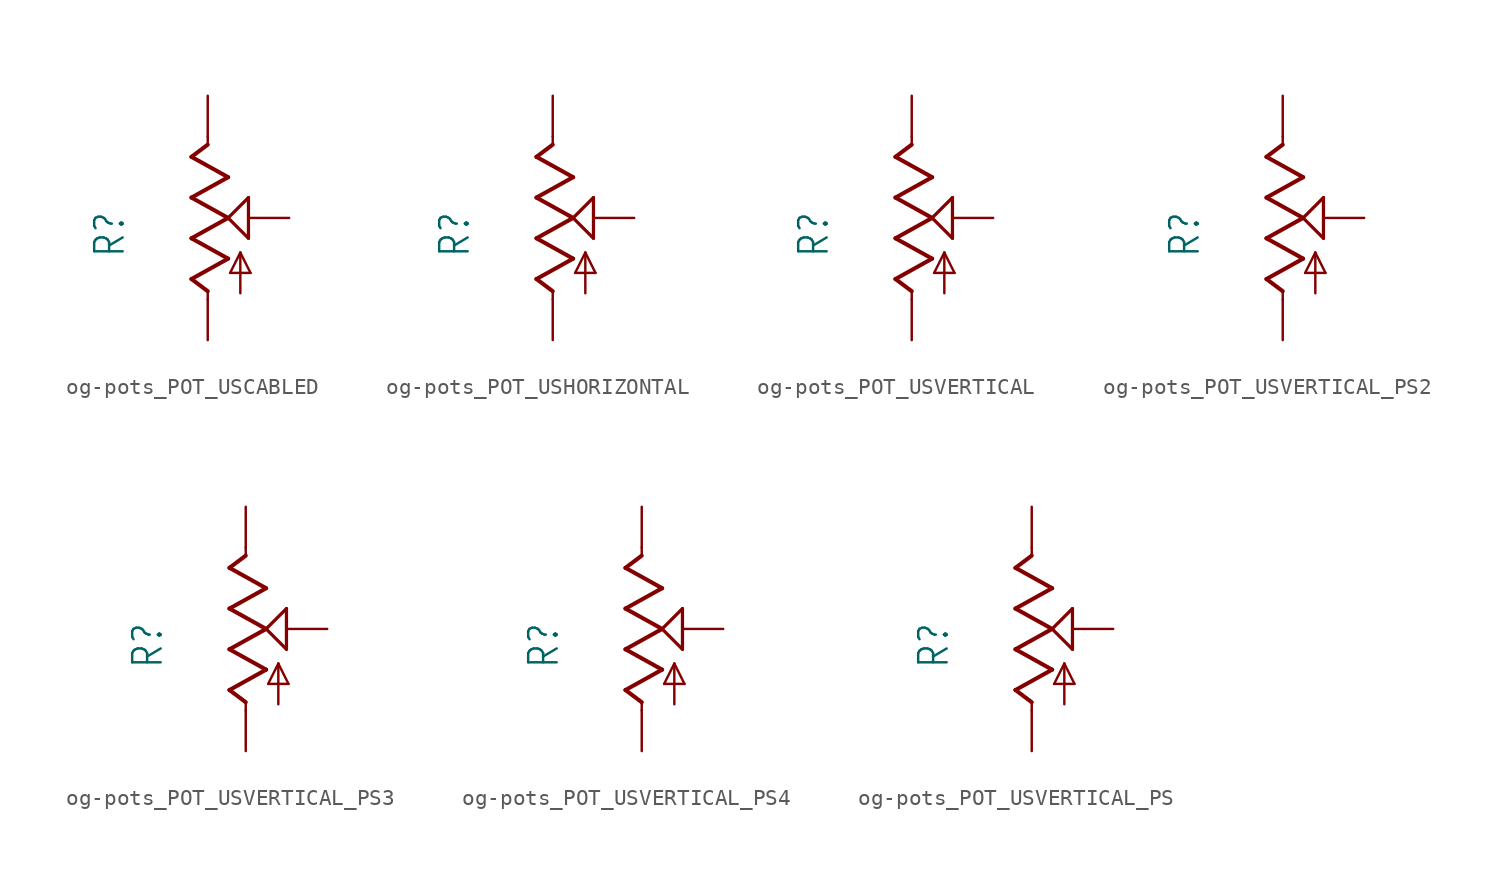
<source format=kicad_sym>
(kicad_symbol_lib
  (version 20220914)
  (generator kicad_symbol_editor)
  (symbol "og-pots_POT_USCABLED"
    (property "Reference" "R"
      (at -5.08 -2.54 90)
      (effects (font (size 1.778 1.511)) (justify left bottom)))
    (property "Value" ""
      (at -2.54 -2.54 90)
      (effects (font (size 1.778 1.511)) (justify left bottom)))
    (property "ki_locked" ""
      (at 0 0 0)
      (effects (font (size 1.27 1.27))))
    (symbol "og-pots_POT_USCABLED_1_0"
      (polyline (pts (xy -1.016 -3.81) (xy 1.27 -2.54)) (stroke (width 0.254) (type solid)) (fill (type none)))
      (polyline (pts (xy -1.016 -1.27) (xy 1.27 0)) (stroke (width 0.254) (type solid)) (fill (type none)))
      (polyline (pts (xy -1.016 1.27) (xy 1.27 2.54)) (stroke (width 0.254) (type solid)) (fill (type none)))
      (polyline (pts (xy -1.016 3.81) (xy 0 4.572)) (stroke (width 0.254) (type solid)) (fill (type none)))
      (polyline (pts (xy 0 -5.08) (xy 0 -4.572)) (stroke (width 0.152) (type solid)) (fill (type none)))
      (polyline (pts (xy 0 -4.572) (xy -1.016 -3.81)) (stroke (width 0.254) (type solid)) (fill (type none)))
      (polyline (pts (xy 0 4.572) (xy 0 5.08)) (stroke (width 0.152) (type solid)) (fill (type none)))
      (polyline (pts (xy 1.27 -2.54) (xy -1.016 -1.27)) (stroke (width 0.254) (type solid)) (fill (type none)))
      (polyline (pts (xy 1.27 0) (xy -1.016 1.27)) (stroke (width 0.254) (type solid)) (fill (type none)))
      (polyline (pts (xy 1.27 0) (xy 2.54 1.27)) (stroke (width 0.203) (type solid)) (fill (type none)))
      (polyline (pts (xy 1.27 2.54) (xy -1.016 3.81)) (stroke (width 0.254) (type solid)) (fill (type none)))
      (polyline (pts (xy 1.397 -3.429) (xy 2.032 -2.159)) (stroke (width 0.152) (type solid)) (fill (type none)))
      (polyline (pts (xy 2.032 -4.699) (xy 2.032 -2.159)) (stroke (width 0.152) (type solid)) (fill (type none)))
      (polyline (pts (xy 2.032 -2.159) (xy 2.667 -3.429)) (stroke (width 0.152) (type solid)) (fill (type none)))
      (polyline (pts (xy 2.54 -1.27) (xy 1.27 0)) (stroke (width 0.203) (type solid)) (fill (type none)))
      (polyline (pts (xy 2.54 1.27) (xy 2.54 -1.27)) (stroke (width 0.203) (type solid)) (fill (type none)))
      (polyline (pts (xy 2.667 -3.429) (xy 1.397 -3.429)) (stroke (width 0.152) (type solid)) (fill (type none)))
      (pin passive line (at 0 -7.62 90) (length 2.54) (name "A" (effects (font (size 0 0)))) (number "A" (effects (font (size 0 0)))))
      (pin passive line (at 0 7.62 270) (length 2.54) (name "E" (effects (font (size 0 0)))) (number "E" (effects (font (size 0 0)))))
      (pin passive line (at 5.08 0 180) (length 2.54) (name "S" (effects (font (size 0 0)))) (number "S" (effects (font (size 0 0)))))))
  (symbol "og-pots_POT_USHORIZONTAL"
    (property "Reference" "R"
      (at -5.08 -2.54 90)
      (effects (font (size 1.778 1.511)) (justify left bottom)))
    (property "Value" ""
      (at -2.54 -2.54 90)
      (effects (font (size 1.778 1.511)) (justify left bottom)))
    (property "ki_locked" ""
      (at 0 0 0)
      (effects (font (size 1.27 1.27))))
    (symbol "og-pots_POT_USHORIZONTAL_1_0"
      (polyline (pts (xy -1.016 -3.81) (xy 1.27 -2.54)) (stroke (width 0.254) (type solid)) (fill (type none)))
      (polyline (pts (xy -1.016 -1.27) (xy 1.27 0)) (stroke (width 0.254) (type solid)) (fill (type none)))
      (polyline (pts (xy -1.016 1.27) (xy 1.27 2.54)) (stroke (width 0.254) (type solid)) (fill (type none)))
      (polyline (pts (xy -1.016 3.81) (xy 0 4.572)) (stroke (width 0.254) (type solid)) (fill (type none)))
      (polyline (pts (xy 0 -5.08) (xy 0 -4.572)) (stroke (width 0.152) (type solid)) (fill (type none)))
      (polyline (pts (xy 0 -4.572) (xy -1.016 -3.81)) (stroke (width 0.254) (type solid)) (fill (type none)))
      (polyline (pts (xy 0 4.572) (xy 0 5.08)) (stroke (width 0.152) (type solid)) (fill (type none)))
      (polyline (pts (xy 1.27 -2.54) (xy -1.016 -1.27)) (stroke (width 0.254) (type solid)) (fill (type none)))
      (polyline (pts (xy 1.27 0) (xy -1.016 1.27)) (stroke (width 0.254) (type solid)) (fill (type none)))
      (polyline (pts (xy 1.27 0) (xy 2.54 1.27)) (stroke (width 0.203) (type solid)) (fill (type none)))
      (polyline (pts (xy 1.27 2.54) (xy -1.016 3.81)) (stroke (width 0.254) (type solid)) (fill (type none)))
      (polyline (pts (xy 1.397 -3.429) (xy 2.032 -2.159)) (stroke (width 0.152) (type solid)) (fill (type none)))
      (polyline (pts (xy 2.032 -4.699) (xy 2.032 -2.159)) (stroke (width 0.152) (type solid)) (fill (type none)))
      (polyline (pts (xy 2.032 -2.159) (xy 2.667 -3.429)) (stroke (width 0.152) (type solid)) (fill (type none)))
      (polyline (pts (xy 2.54 -1.27) (xy 1.27 0)) (stroke (width 0.203) (type solid)) (fill (type none)))
      (polyline (pts (xy 2.54 1.27) (xy 2.54 -1.27)) (stroke (width 0.203) (type solid)) (fill (type none)))
      (polyline (pts (xy 2.667 -3.429) (xy 1.397 -3.429)) (stroke (width 0.152) (type solid)) (fill (type none)))
      (pin passive line (at 0 7.62 270) (length 2.54) (name "E" (effects (font (size 0 0)))) (number "P$1" (effects (font (size 0 0)))))
      (pin passive line (at 5.08 0 180) (length 2.54) (name "S" (effects (font (size 0 0)))) (number "P$2" (effects (font (size 0 0)))))
      (pin passive line (at 0 -7.62 90) (length 2.54) (name "A" (effects (font (size 0 0)))) (number "P$3" (effects (font (size 0 0)))))))
  (symbol "og-pots_POT_USVERTICAL"
    (property "Reference" "R"
      (at -5.08 -2.54 90)
      (effects (font (size 1.778 1.511)) (justify left bottom)))
    (property "Value" ""
      (at -2.54 -2.54 90)
      (effects (font (size 1.778 1.511)) (justify left bottom)))
    (property "ki_locked" ""
      (at 0 0 0)
      (effects (font (size 1.27 1.27))))
    (symbol "og-pots_POT_USVERTICAL_1_0"
      (polyline (pts (xy -1.016 -3.81) (xy 1.27 -2.54)) (stroke (width 0.254) (type solid)) (fill (type none)))
      (polyline (pts (xy -1.016 -1.27) (xy 1.27 0)) (stroke (width 0.254) (type solid)) (fill (type none)))
      (polyline (pts (xy -1.016 1.27) (xy 1.27 2.54)) (stroke (width 0.254) (type solid)) (fill (type none)))
      (polyline (pts (xy -1.016 3.81) (xy 0 4.572)) (stroke (width 0.254) (type solid)) (fill (type none)))
      (polyline (pts (xy 0 -5.08) (xy 0 -4.572)) (stroke (width 0.152) (type solid)) (fill (type none)))
      (polyline (pts (xy 0 -4.572) (xy -1.016 -3.81)) (stroke (width 0.254) (type solid)) (fill (type none)))
      (polyline (pts (xy 0 4.572) (xy 0 5.08)) (stroke (width 0.152) (type solid)) (fill (type none)))
      (polyline (pts (xy 1.27 -2.54) (xy -1.016 -1.27)) (stroke (width 0.254) (type solid)) (fill (type none)))
      (polyline (pts (xy 1.27 0) (xy -1.016 1.27)) (stroke (width 0.254) (type solid)) (fill (type none)))
      (polyline (pts (xy 1.27 0) (xy 2.54 1.27)) (stroke (width 0.203) (type solid)) (fill (type none)))
      (polyline (pts (xy 1.27 2.54) (xy -1.016 3.81)) (stroke (width 0.254) (type solid)) (fill (type none)))
      (polyline (pts (xy 1.397 -3.429) (xy 2.032 -2.159)) (stroke (width 0.152) (type solid)) (fill (type none)))
      (polyline (pts (xy 2.032 -4.699) (xy 2.032 -2.159)) (stroke (width 0.152) (type solid)) (fill (type none)))
      (polyline (pts (xy 2.032 -2.159) (xy 2.667 -3.429)) (stroke (width 0.152) (type solid)) (fill (type none)))
      (polyline (pts (xy 2.54 -1.27) (xy 1.27 0)) (stroke (width 0.203) (type solid)) (fill (type none)))
      (polyline (pts (xy 2.54 1.27) (xy 2.54 -1.27)) (stroke (width 0.203) (type solid)) (fill (type none)))
      (polyline (pts (xy 2.667 -3.429) (xy 1.397 -3.429)) (stroke (width 0.152) (type solid)) (fill (type none)))
      (pin passive line (at 0 7.62 270) (length 2.54) (name "E" (effects (font (size 0 0)))) (number "P$1" (effects (font (size 0 0)))))
      (pin passive line (at 5.08 0 180) (length 2.54) (name "S" (effects (font (size 0 0)))) (number "P$2" (effects (font (size 0 0)))))
      (pin passive line (at 0 -7.62 90) (length 2.54) (name "A" (effects (font (size 0 0)))) (number "P$3" (effects (font (size 0 0)))))))
  (symbol "og-pots_POT_USVERTICAL_PS2"
    (property "Reference" "R"
      (at -5.08 -2.54 90)
      (effects (font (size 1.778 1.511)) (justify left bottom)))
    (property "Value" ""
      (at -2.54 -2.54 90)
      (effects (font (size 1.778 1.511)) (justify left bottom)))
    (property "ki_locked" ""
      (at 0 0 0)
      (effects (font (size 1.27 1.27))))
    (symbol "og-pots_POT_USVERTICAL_PS2_1_0"
      (polyline (pts (xy -1.016 -3.81) (xy 1.27 -2.54)) (stroke (width 0.254) (type solid)) (fill (type none)))
      (polyline (pts (xy -1.016 -1.27) (xy 1.27 0)) (stroke (width 0.254) (type solid)) (fill (type none)))
      (polyline (pts (xy -1.016 1.27) (xy 1.27 2.54)) (stroke (width 0.254) (type solid)) (fill (type none)))
      (polyline (pts (xy -1.016 3.81) (xy 0 4.572)) (stroke (width 0.254) (type solid)) (fill (type none)))
      (polyline (pts (xy 0 -5.08) (xy 0 -4.572)) (stroke (width 0.152) (type solid)) (fill (type none)))
      (polyline (pts (xy 0 -4.572) (xy -1.016 -3.81)) (stroke (width 0.254) (type solid)) (fill (type none)))
      (polyline (pts (xy 0 4.572) (xy 0 5.08)) (stroke (width 0.152) (type solid)) (fill (type none)))
      (polyline (pts (xy 1.27 -2.54) (xy -1.016 -1.27)) (stroke (width 0.254) (type solid)) (fill (type none)))
      (polyline (pts (xy 1.27 0) (xy -1.016 1.27)) (stroke (width 0.254) (type solid)) (fill (type none)))
      (polyline (pts (xy 1.27 0) (xy 2.54 1.27)) (stroke (width 0.203) (type solid)) (fill (type none)))
      (polyline (pts (xy 1.27 2.54) (xy -1.016 3.81)) (stroke (width 0.254) (type solid)) (fill (type none)))
      (polyline (pts (xy 1.397 -3.429) (xy 2.032 -2.159)) (stroke (width 0.152) (type solid)) (fill (type none)))
      (polyline (pts (xy 2.032 -4.699) (xy 2.032 -2.159)) (stroke (width 0.152) (type solid)) (fill (type none)))
      (polyline (pts (xy 2.032 -2.159) (xy 2.667 -3.429)) (stroke (width 0.152) (type solid)) (fill (type none)))
      (polyline (pts (xy 2.54 -1.27) (xy 1.27 0)) (stroke (width 0.203) (type solid)) (fill (type none)))
      (polyline (pts (xy 2.54 1.27) (xy 2.54 -1.27)) (stroke (width 0.203) (type solid)) (fill (type none)))
      (polyline (pts (xy 2.667 -3.429) (xy 1.397 -3.429)) (stroke (width 0.152) (type solid)) (fill (type none)))
      (pin passive line (at 0 7.62 270) (length 2.54) (name "E" (effects (font (size 0 0)))) (number "P$1" (effects (font (size 0 0)))))
      (pin passive line (at 5.08 0 180) (length 2.54) (name "S" (effects (font (size 0 0)))) (number "P$2" (effects (font (size 0 0)))))
      (pin passive line (at 0 -7.62 90) (length 2.54) (name "A" (effects (font (size 0 0)))) (number "P$3" (effects (font (size 0 0)))))))
  (symbol "og-pots_POT_USVERTICAL_PS3"
    (property "Reference" "R"
      (at -5.08 -2.54 90)
      (effects (font (size 1.778 1.511)) (justify left bottom)))
    (property "Value" ""
      (at -2.54 -2.54 90)
      (effects (font (size 1.778 1.511)) (justify left bottom)))
    (property "ki_locked" ""
      (at 0 0 0)
      (effects (font (size 1.27 1.27))))
    (symbol "og-pots_POT_USVERTICAL_PS3_1_0"
      (polyline (pts (xy -1.016 -3.81) (xy 1.27 -2.54)) (stroke (width 0.254) (type solid)) (fill (type none)))
      (polyline (pts (xy -1.016 -1.27) (xy 1.27 0)) (stroke (width 0.254) (type solid)) (fill (type none)))
      (polyline (pts (xy -1.016 1.27) (xy 1.27 2.54)) (stroke (width 0.254) (type solid)) (fill (type none)))
      (polyline (pts (xy -1.016 3.81) (xy 0 4.572)) (stroke (width 0.254) (type solid)) (fill (type none)))
      (polyline (pts (xy 0 -5.08) (xy 0 -4.572)) (stroke (width 0.152) (type solid)) (fill (type none)))
      (polyline (pts (xy 0 -4.572) (xy -1.016 -3.81)) (stroke (width 0.254) (type solid)) (fill (type none)))
      (polyline (pts (xy 0 4.572) (xy 0 5.08)) (stroke (width 0.152) (type solid)) (fill (type none)))
      (polyline (pts (xy 1.27 -2.54) (xy -1.016 -1.27)) (stroke (width 0.254) (type solid)) (fill (type none)))
      (polyline (pts (xy 1.27 0) (xy -1.016 1.27)) (stroke (width 0.254) (type solid)) (fill (type none)))
      (polyline (pts (xy 1.27 0) (xy 2.54 1.27)) (stroke (width 0.203) (type solid)) (fill (type none)))
      (polyline (pts (xy 1.27 2.54) (xy -1.016 3.81)) (stroke (width 0.254) (type solid)) (fill (type none)))
      (polyline (pts (xy 1.397 -3.429) (xy 2.032 -2.159)) (stroke (width 0.152) (type solid)) (fill (type none)))
      (polyline (pts (xy 2.032 -4.699) (xy 2.032 -2.159)) (stroke (width 0.152) (type solid)) (fill (type none)))
      (polyline (pts (xy 2.032 -2.159) (xy 2.667 -3.429)) (stroke (width 0.152) (type solid)) (fill (type none)))
      (polyline (pts (xy 2.54 -1.27) (xy 1.27 0)) (stroke (width 0.203) (type solid)) (fill (type none)))
      (polyline (pts (xy 2.54 1.27) (xy 2.54 -1.27)) (stroke (width 0.203) (type solid)) (fill (type none)))
      (polyline (pts (xy 2.667 -3.429) (xy 1.397 -3.429)) (stroke (width 0.152) (type solid)) (fill (type none)))
      (pin passive line (at 0 7.62 270) (length 2.54) (name "E" (effects (font (size 0 0)))) (number "P$1" (effects (font (size 0 0)))))
      (pin passive line (at 5.08 0 180) (length 2.54) (name "S" (effects (font (size 0 0)))) (number "P$2" (effects (font (size 0 0)))))
      (pin passive line (at 0 -7.62 90) (length 2.54) (name "A" (effects (font (size 0 0)))) (number "P$3" (effects (font (size 0 0)))))))
  (symbol "og-pots_POT_USVERTICAL_PS4"
    (property "Reference" "R"
      (at -5.08 -2.54 90)
      (effects (font (size 1.778 1.511)) (justify left bottom)))
    (property "Value" ""
      (at -2.54 -2.54 90)
      (effects (font (size 1.778 1.511)) (justify left bottom)))
    (property "ki_locked" ""
      (at 0 0 0)
      (effects (font (size 1.27 1.27))))
    (symbol "og-pots_POT_USVERTICAL_PS4_1_0"
      (polyline (pts (xy -1.016 -3.81) (xy 1.27 -2.54)) (stroke (width 0.254) (type solid)) (fill (type none)))
      (polyline (pts (xy -1.016 -1.27) (xy 1.27 0)) (stroke (width 0.254) (type solid)) (fill (type none)))
      (polyline (pts (xy -1.016 1.27) (xy 1.27 2.54)) (stroke (width 0.254) (type solid)) (fill (type none)))
      (polyline (pts (xy -1.016 3.81) (xy 0 4.572)) (stroke (width 0.254) (type solid)) (fill (type none)))
      (polyline (pts (xy 0 -5.08) (xy 0 -4.572)) (stroke (width 0.152) (type solid)) (fill (type none)))
      (polyline (pts (xy 0 -4.572) (xy -1.016 -3.81)) (stroke (width 0.254) (type solid)) (fill (type none)))
      (polyline (pts (xy 0 4.572) (xy 0 5.08)) (stroke (width 0.152) (type solid)) (fill (type none)))
      (polyline (pts (xy 1.27 -2.54) (xy -1.016 -1.27)) (stroke (width 0.254) (type solid)) (fill (type none)))
      (polyline (pts (xy 1.27 0) (xy -1.016 1.27)) (stroke (width 0.254) (type solid)) (fill (type none)))
      (polyline (pts (xy 1.27 0) (xy 2.54 1.27)) (stroke (width 0.203) (type solid)) (fill (type none)))
      (polyline (pts (xy 1.27 2.54) (xy -1.016 3.81)) (stroke (width 0.254) (type solid)) (fill (type none)))
      (polyline (pts (xy 1.397 -3.429) (xy 2.032 -2.159)) (stroke (width 0.152) (type solid)) (fill (type none)))
      (polyline (pts (xy 2.032 -4.699) (xy 2.032 -2.159)) (stroke (width 0.152) (type solid)) (fill (type none)))
      (polyline (pts (xy 2.032 -2.159) (xy 2.667 -3.429)) (stroke (width 0.152) (type solid)) (fill (type none)))
      (polyline (pts (xy 2.54 -1.27) (xy 1.27 0)) (stroke (width 0.203) (type solid)) (fill (type none)))
      (polyline (pts (xy 2.54 1.27) (xy 2.54 -1.27)) (stroke (width 0.203) (type solid)) (fill (type none)))
      (polyline (pts (xy 2.667 -3.429) (xy 1.397 -3.429)) (stroke (width 0.152) (type solid)) (fill (type none)))
      (pin passive line (at 0 7.62 270) (length 2.54) (name "E" (effects (font (size 0 0)))) (number "P$1" (effects (font (size 0 0)))))
      (pin passive line (at 5.08 0 180) (length 2.54) (name "S" (effects (font (size 0 0)))) (number "P$2" (effects (font (size 0 0)))))
      (pin passive line (at 0 -7.62 90) (length 2.54) (name "A" (effects (font (size 0 0)))) (number "P$3" (effects (font (size 0 0)))))))
  (symbol "og-pots_POT_USVERTICAL_PS"
    (property "Reference" "R"
      (at -5.08 -2.54 90)
      (effects (font (size 1.778 1.511)) (justify left bottom)))
    (property "Value" ""
      (at -2.54 -2.54 90)
      (effects (font (size 1.778 1.511)) (justify left bottom)))
    (property "ki_locked" ""
      (at 0 0 0)
      (effects (font (size 1.27 1.27))))
    (symbol "og-pots_POT_USVERTICAL_PS_1_0"
      (polyline (pts (xy -1.016 -3.81) (xy 1.27 -2.54)) (stroke (width 0.254) (type solid)) (fill (type none)))
      (polyline (pts (xy -1.016 -1.27) (xy 1.27 0)) (stroke (width 0.254) (type solid)) (fill (type none)))
      (polyline (pts (xy -1.016 1.27) (xy 1.27 2.54)) (stroke (width 0.254) (type solid)) (fill (type none)))
      (polyline (pts (xy -1.016 3.81) (xy 0 4.572)) (stroke (width 0.254) (type solid)) (fill (type none)))
      (polyline (pts (xy 0 -5.08) (xy 0 -4.572)) (stroke (width 0.152) (type solid)) (fill (type none)))
      (polyline (pts (xy 0 -4.572) (xy -1.016 -3.81)) (stroke (width 0.254) (type solid)) (fill (type none)))
      (polyline (pts (xy 0 4.572) (xy 0 5.08)) (stroke (width 0.152) (type solid)) (fill (type none)))
      (polyline (pts (xy 1.27 -2.54) (xy -1.016 -1.27)) (stroke (width 0.254) (type solid)) (fill (type none)))
      (polyline (pts (xy 1.27 0) (xy -1.016 1.27)) (stroke (width 0.254) (type solid)) (fill (type none)))
      (polyline (pts (xy 1.27 0) (xy 2.54 1.27)) (stroke (width 0.203) (type solid)) (fill (type none)))
      (polyline (pts (xy 1.27 2.54) (xy -1.016 3.81)) (stroke (width 0.254) (type solid)) (fill (type none)))
      (polyline (pts (xy 1.397 -3.429) (xy 2.032 -2.159)) (stroke (width 0.152) (type solid)) (fill (type none)))
      (polyline (pts (xy 2.032 -4.699) (xy 2.032 -2.159)) (stroke (width 0.152) (type solid)) (fill (type none)))
      (polyline (pts (xy 2.032 -2.159) (xy 2.667 -3.429)) (stroke (width 0.152) (type solid)) (fill (type none)))
      (polyline (pts (xy 2.54 -1.27) (xy 1.27 0)) (stroke (width 0.203) (type solid)) (fill (type none)))
      (polyline (pts (xy 2.54 1.27) (xy 2.54 -1.27)) (stroke (width 0.203) (type solid)) (fill (type none)))
      (polyline (pts (xy 2.667 -3.429) (xy 1.397 -3.429)) (stroke (width 0.152) (type solid)) (fill (type none)))
      (pin passive line (at 0 7.62 270) (length 2.54) (name "E" (effects (font (size 0 0)))) (number "P$1" (effects (font (size 0 0)))))
      (pin passive line (at 5.08 0 180) (length 2.54) (name "S" (effects (font (size 0 0)))) (number "P$2" (effects (font (size 0 0)))))
      (pin passive line (at 0 -7.62 90) (length 2.54) (name "A" (effects (font (size 0 0)))) (number "P$3" (effects (font (size 0 0))))))))
</source>
